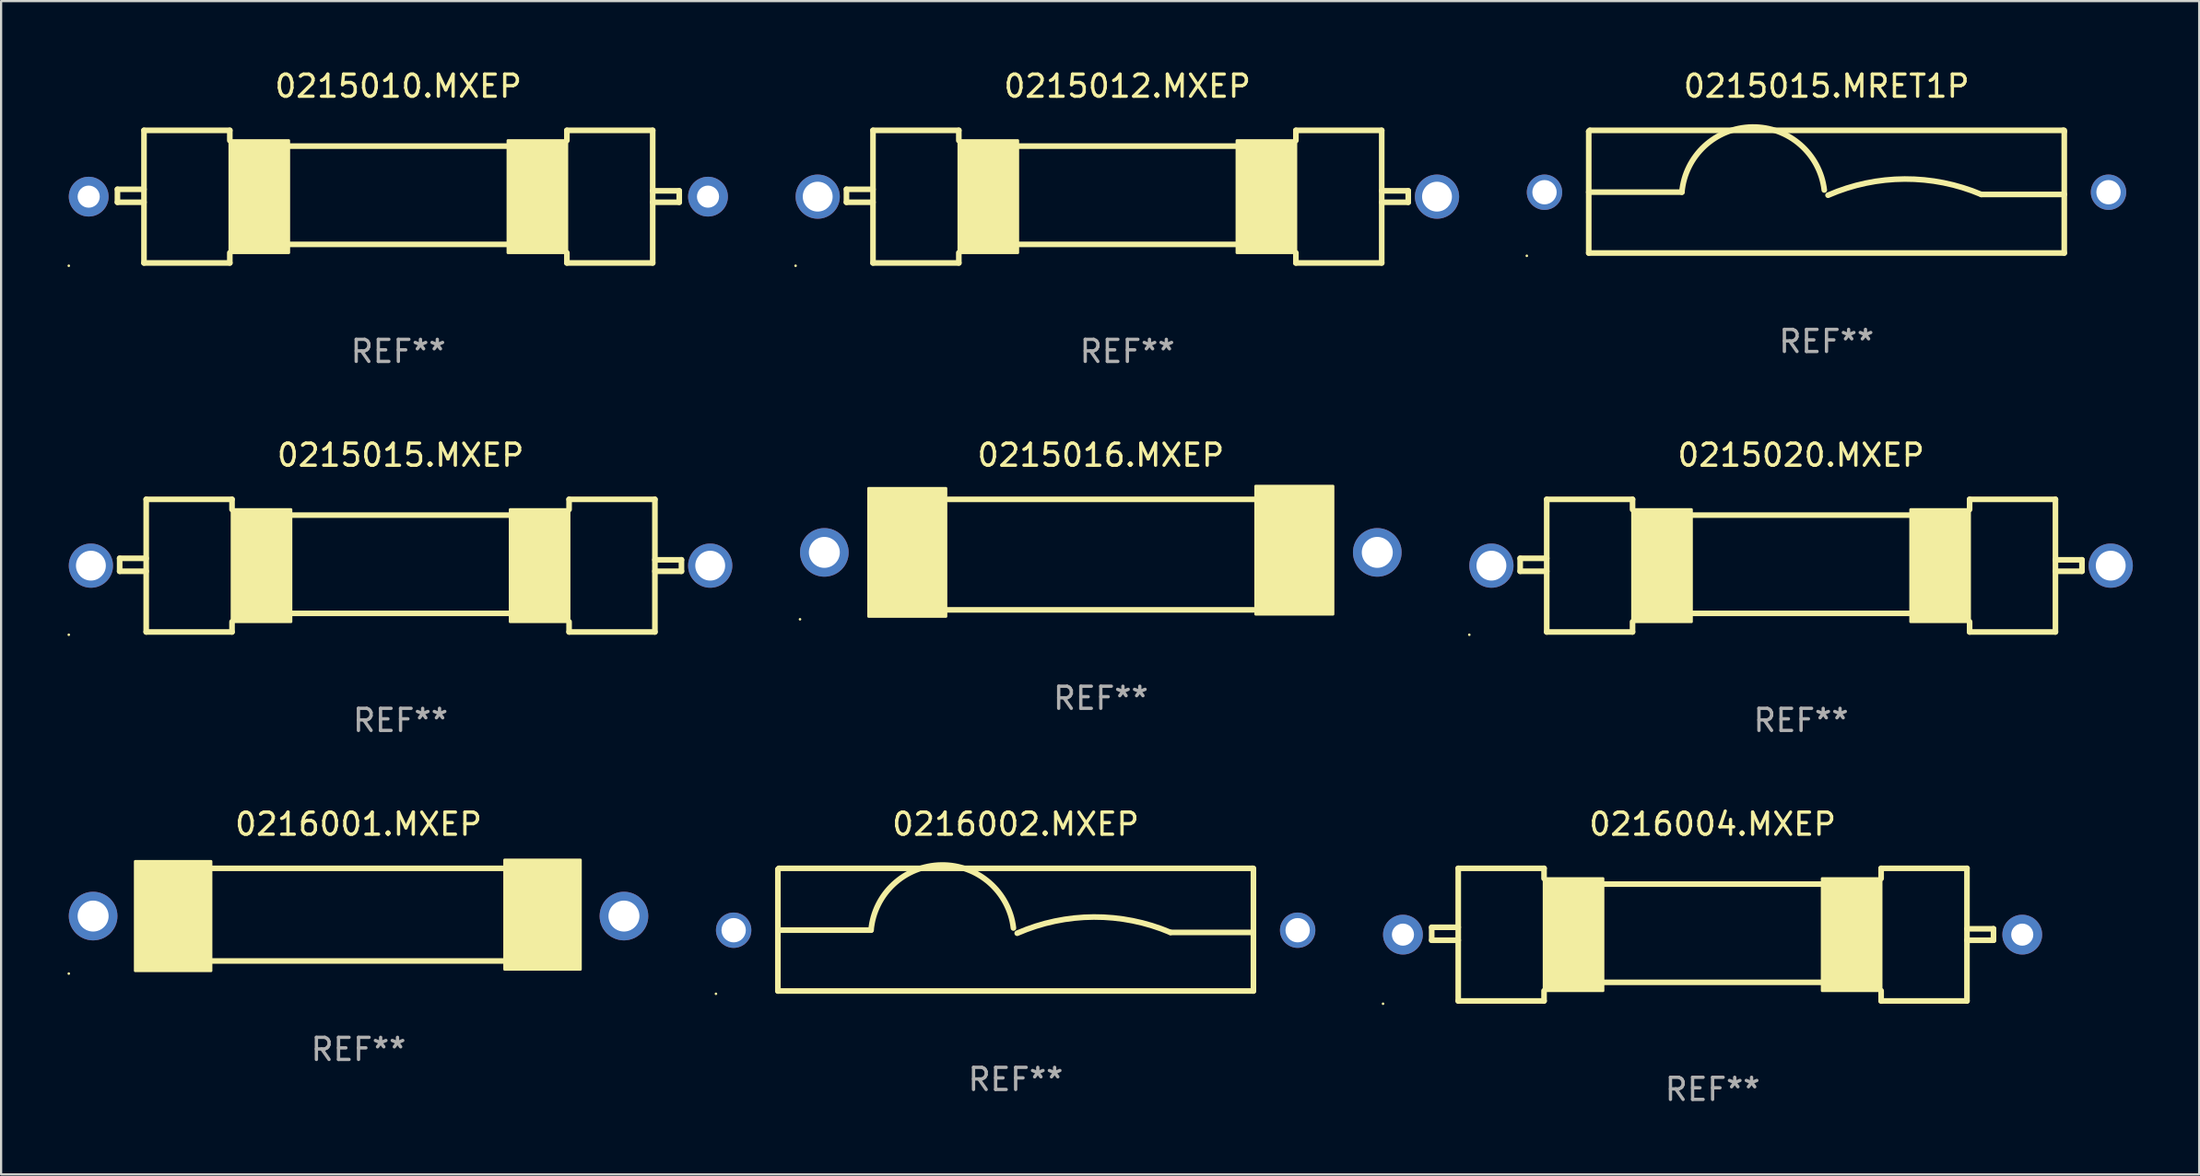
<source format=kicad_pcb>
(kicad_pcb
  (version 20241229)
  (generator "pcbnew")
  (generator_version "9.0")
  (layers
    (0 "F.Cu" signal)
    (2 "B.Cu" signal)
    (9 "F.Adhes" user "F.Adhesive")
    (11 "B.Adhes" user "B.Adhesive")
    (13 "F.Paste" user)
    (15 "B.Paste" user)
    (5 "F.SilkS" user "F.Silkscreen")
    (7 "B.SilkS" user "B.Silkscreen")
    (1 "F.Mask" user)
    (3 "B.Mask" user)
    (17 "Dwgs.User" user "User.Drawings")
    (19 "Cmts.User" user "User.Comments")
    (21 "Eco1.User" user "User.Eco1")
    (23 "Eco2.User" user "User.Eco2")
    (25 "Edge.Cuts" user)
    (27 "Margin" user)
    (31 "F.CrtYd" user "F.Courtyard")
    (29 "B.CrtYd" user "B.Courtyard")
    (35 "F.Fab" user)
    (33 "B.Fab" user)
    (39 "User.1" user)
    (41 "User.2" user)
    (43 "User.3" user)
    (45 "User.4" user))
  (footprint "0215012.MXEP"
    (layer "F.Cu")
    (at 47.92 5.848)
    (property "Reference" "0215012.MXEP" (at 0 -5 0) (layer "F.SilkS") (effects (font (size 1 1) (thickness 0.15))))
    (attr through_hole)
    (fp_line (start -12.7 -0.332) (end -12.7 0.254) (stroke (width 0.254) (type solid)) (layer "F.SilkS"))
    (fp_line (start -12.7 0.254) (end -11.5 0.254) (stroke (width 0.254) (type solid)) (layer "F.SilkS"))
    (fp_line (start -11.5 -3) (end -11.5 3) (stroke (width 0.254) (type solid)) (layer "F.SilkS"))
    (fp_line (start -11.5 -3) (end -7.62 -3) (stroke (width 0.254) (type solid)) (layer "F.SilkS"))
    (fp_line (start -11.5 -0.332) (end -12.7 -0.332) (stroke (width 0.254) (type solid)) (layer "F.SilkS"))
    (fp_line (start -7.62 -2.54) (end -7.62 -3) (stroke (width 0.254) (type solid)) (layer "F.SilkS"))
    (fp_line (start -7.62 2.54) (end -7.62 3) (stroke (width 0.254) (type solid)) (layer "F.SilkS"))
    (fp_line (start -7.62 3) (end -11.5 3) (stroke (width 0.254) (type solid)) (layer "F.SilkS"))
    (fp_line (start -4.953 -2.286) (end 4.953 -2.286) (stroke (width 0.254) (type solid)) (layer "F.SilkS"))
    (fp_line (start -4.953 2.159) (end 4.953 2.159) (stroke (width 0.254) (type solid)) (layer "F.SilkS"))
    (fp_line (start 7.62 -3) (end 11.5 -3) (stroke (width 0.254) (type solid)) (layer "F.SilkS"))
    (fp_line (start 7.62 -2.54) (end 7.62 -3) (stroke (width 0.254) (type solid)) (layer "F.SilkS"))
    (fp_line (start 7.62 2.54) (end 7.62 3) (stroke (width 0.254) (type solid)) (layer "F.SilkS"))
    (fp_line (start 7.62 3) (end 11.5 3) (stroke (width 0.254) (type solid)) (layer "F.SilkS"))
    (fp_line (start 11.5 -3) (end 11.5 3) (stroke (width 0.254) (type solid)) (layer "F.SilkS"))
    (fp_line (start 11.5 -0.264) (end 12.7 -0.264) (stroke (width 0.254) (type solid)) (layer "F.SilkS"))
    (fp_line (start 12.7 -0.264) (end 12.7 0.254) (stroke (width 0.254) (type solid)) (layer "F.SilkS"))
    (fp_line (start 12.7 0.254) (end 11.5 0.254) (stroke (width 0.254) (type solid)) (layer "F.SilkS"))
    (fp_circle (center -15 3.127) (end -14.97 3.127) (stroke (width 0.06) (type solid)) (fill no) (layer "F.SilkS"))
    (fp_poly (pts (xy -7.62 -2.54) (xy -4.953 -2.54) (xy -4.953 2.54) (xy -7.62 2.54)) (stroke (width 0.12) (type solid)) (fill yes) (layer "F.SilkS"))
    (fp_poly (pts (xy 4.953 -2.54) (xy 7.62 -2.54) (xy 7.62 2.54) (xy 4.953 2.54)) (stroke (width 0.12) (type solid)) (fill yes) (layer "F.SilkS"))
    (fp_text user "REF**" (at 0 7 0) (layer "F.Fab") (effects (font (size 1 1) (thickness 0.15))))
    (pad "1" thru_hole circle (at -14 0) (size 2 2) (drill 1.35) (layers "*.Cu" "*.Mask"))
    (pad "2" thru_hole circle (at 14 0) (size 2 2) (drill 1.35) (layers "*.Cu" "*.Mask")))
  (footprint "0216002.MXEP"
    (layer "F.Cu")
    (at 42.87 39.016)
    (property "Reference" "0216002.MXEP" (at 0 -4.775 0) (layer "F.SilkS") (effects (font (size 1 1) (thickness 0.15))))
    (attr through_hole)
    (fp_line (start -10.75 -2.725) (end -10.7 -2.775) (stroke (width 0.254) (type solid)) (layer "F.SilkS"))
    (fp_line (start -10.75 2.775) (end -10.75 -2.725) (stroke (width 0.254) (type solid)) (layer "F.SilkS"))
    (fp_line (start -10.75 2.775) (end 10.75 2.775) (stroke (width 0.254) (type solid)) (layer "F.SilkS"))
    (fp_line (start -10.7 -2.775) (end 10.7 -2.775) (stroke (width 0.254) (type solid)) (layer "F.SilkS"))
    (fp_line (start -6.538 0.021) (end -10.75 0.021) (stroke (width 0.254) (type solid)) (layer "F.SilkS"))
    (fp_line (start 7 0.125) (end 10.75 0.125) (stroke (width 0.254) (type solid)) (layer "F.SilkS"))
    (fp_line (start 10.7 -2.775) (end 10.75 -2.725) (stroke (width 0.254) (type solid)) (layer "F.SilkS"))
    (fp_line (start 10.75 2.775) (end 10.75 -2.775) (stroke (width 0.254) (type solid)) (layer "F.SilkS"))
    (fp_arc (start -6.538277 0.020573) (mid -3.362163 -2.925392) (end -0.1 -0.075006) (stroke (width 0.254001) (type solid)) (layer "F.SilkS"))
    (fp_arc (start 0.069571 0.160528) (mid 3.531132 -0.572293) (end 7.000025 0.124994) (stroke (width 0.254001) (type solid)) (layer "F.SilkS"))
    (fp_circle (center -13.55 2.902) (end -13.52 2.902) (stroke (width 0.06) (type solid)) (fill no) (layer "F.SilkS"))
    (fp_text user "REF**" (at 0 6.775 0) (layer "F.Fab") (effects (font (size 1 1) (thickness 0.15))))
    (pad "1" thru_hole circle (at -12.75 0.025) (size 1.6 1.6) (drill 1.1) (layers "*.Cu" "*.Mask"))
    (pad "2" thru_hole circle (at 12.75 0.025) (size 1.6 1.6) (drill 1.1) (layers "*.Cu" "*.Mask")))
  (footprint "0215016.MXEP"
    (layer "F.Cu")
    (at 46.72 22.045)
    (property "Reference" "0215016.MXEP" (at 0 -4.5 0) (layer "F.SilkS") (effects (font (size 1 1) (thickness 0.15))))
    (attr through_hole)
    (fp_line (start -7 2.5) (end 6.9 2.5) (stroke (width 0.254) (type solid)) (layer "F.SilkS"))
    (fp_line (start -6.9 -2.5) (end 7 -2.5) (stroke (width 0.254) (type solid)) (layer "F.SilkS"))
    (fp_circle (center -13.6 2.927) (end -13.57 2.927) (stroke (width 0.06) (type solid)) (fill no) (layer "F.SilkS"))
    (fp_poly (pts (xy -10.5 -3) (xy -7 -3) (xy -7 2.8) (xy -10.5 2.8)) (stroke (width 0.12) (type solid)) (fill yes) (layer "F.SilkS"))
    (fp_poly (pts (xy 7 -3.1) (xy 10.5 -3.1) (xy 10.5 2.7) (xy 7 2.7)) (stroke (width 0.12) (type solid)) (fill yes) (layer "F.SilkS"))
    (fp_text user "REF**" (at 0 6.5 0) (layer "F.Fab") (effects (font (size 1 1) (thickness 0.15))))
    (pad "1" thru_hole circle (at -12.5 -0.1) (size 2.2 2.2) (drill 1.4) (layers "*.Cu" "*.Mask"))
    (pad "2" thru_hole circle (at 12.5 -0.1) (size 2.2 2.2) (drill 1.4) (layers "*.Cu" "*.Mask")))
  (footprint "0215015.MXEP"
    (layer "F.Cu")
    (at 15.06 22.545)
    (property "Reference" "0215015.MXEP" (at 0 -5 0) (layer "F.SilkS") (effects (font (size 1 1) (thickness 0.15))))
    (attr through_hole)
    (fp_line (start -12.7 -0.332) (end -12.7 0.254) (stroke (width 0.254) (type solid)) (layer "F.SilkS"))
    (fp_line (start -12.7 0.254) (end -11.5 0.254) (stroke (width 0.254) (type solid)) (layer "F.SilkS"))
    (fp_line (start -11.5 -3) (end -11.5 3) (stroke (width 0.254) (type solid)) (layer "F.SilkS"))
    (fp_line (start -11.5 -3) (end -7.62 -3) (stroke (width 0.254) (type solid)) (layer "F.SilkS"))
    (fp_line (start -11.5 -0.332) (end -12.7 -0.332) (stroke (width 0.254) (type solid)) (layer "F.SilkS"))
    (fp_line (start -7.62 -2.54) (end -7.62 -3) (stroke (width 0.254) (type solid)) (layer "F.SilkS"))
    (fp_line (start -7.62 2.54) (end -7.62 3) (stroke (width 0.254) (type solid)) (layer "F.SilkS"))
    (fp_line (start -7.62 3) (end -11.5 3) (stroke (width 0.254) (type solid)) (layer "F.SilkS"))
    (fp_line (start -4.953 -2.286) (end 4.953 -2.286) (stroke (width 0.254) (type solid)) (layer "F.SilkS"))
    (fp_line (start -4.953 2.159) (end 4.953 2.159) (stroke (width 0.254) (type solid)) (layer "F.SilkS"))
    (fp_line (start 7.62 -3) (end 11.5 -3) (stroke (width 0.254) (type solid)) (layer "F.SilkS"))
    (fp_line (start 7.62 -2.54) (end 7.62 -3) (stroke (width 0.254) (type solid)) (layer "F.SilkS"))
    (fp_line (start 7.62 2.54) (end 7.62 3) (stroke (width 0.254) (type solid)) (layer "F.SilkS"))
    (fp_line (start 7.62 3) (end 11.5 3) (stroke (width 0.254) (type solid)) (layer "F.SilkS"))
    (fp_line (start 11.5 -3) (end 11.5 3) (stroke (width 0.254) (type solid)) (layer "F.SilkS"))
    (fp_line (start 11.5 -0.264) (end 12.7 -0.264) (stroke (width 0.254) (type solid)) (layer "F.SilkS"))
    (fp_line (start 12.7 -0.264) (end 12.7 0.254) (stroke (width 0.254) (type solid)) (layer "F.SilkS"))
    (fp_line (start 12.7 0.254) (end 11.5 0.254) (stroke (width 0.254) (type solid)) (layer "F.SilkS"))
    (fp_circle (center -15 3.127) (end -14.97 3.127) (stroke (width 0.06) (type solid)) (fill no) (layer "F.SilkS"))
    (fp_poly (pts (xy -7.62 -2.54) (xy -4.953 -2.54) (xy -4.953 2.54) (xy -7.62 2.54)) (stroke (width 0.12) (type solid)) (fill yes) (layer "F.SilkS"))
    (fp_poly (pts (xy 4.953 -2.54) (xy 7.62 -2.54) (xy 7.62 2.54) (xy 4.953 2.54)) (stroke (width 0.12) (type solid)) (fill yes) (layer "F.SilkS"))
    (fp_text user "REF**" (at 0 7 0) (layer "F.Fab") (effects (font (size 1 1) (thickness 0.15))))
    (pad "1" thru_hole circle (at -14 0) (size 2 2) (drill 1.35) (layers "*.Cu" "*.Mask"))
    (pad "2" thru_hole circle (at 14 0) (size 2 2) (drill 1.35) (layers "*.Cu" "*.Mask")))
  (footprint "0215020.MXEP"
    (layer "F.Cu")
    (at 78.38 22.545)
    (property "Reference" "0215020.MXEP" (at 0 -5 0) (layer "F.SilkS") (effects (font (size 1 1) (thickness 0.15))))
    (attr through_hole)
    (fp_line (start -12.7 -0.332) (end -12.7 0.254) (stroke (width 0.254) (type solid)) (layer "F.SilkS"))
    (fp_line (start -12.7 0.254) (end -11.5 0.254) (stroke (width 0.254) (type solid)) (layer "F.SilkS"))
    (fp_line (start -11.5 -3) (end -11.5 3) (stroke (width 0.254) (type solid)) (layer "F.SilkS"))
    (fp_line (start -11.5 -3) (end -7.62 -3) (stroke (width 0.254) (type solid)) (layer "F.SilkS"))
    (fp_line (start -11.5 -0.332) (end -12.7 -0.332) (stroke (width 0.254) (type solid)) (layer "F.SilkS"))
    (fp_line (start -7.62 -2.54) (end -7.62 -3) (stroke (width 0.254) (type solid)) (layer "F.SilkS"))
    (fp_line (start -7.62 2.54) (end -7.62 3) (stroke (width 0.254) (type solid)) (layer "F.SilkS"))
    (fp_line (start -7.62 3) (end -11.5 3) (stroke (width 0.254) (type solid)) (layer "F.SilkS"))
    (fp_line (start -4.953 -2.286) (end 4.953 -2.286) (stroke (width 0.254) (type solid)) (layer "F.SilkS"))
    (fp_line (start -4.953 2.159) (end 4.953 2.159) (stroke (width 0.254) (type solid)) (layer "F.SilkS"))
    (fp_line (start 7.62 -3) (end 11.5 -3) (stroke (width 0.254) (type solid)) (layer "F.SilkS"))
    (fp_line (start 7.62 -2.54) (end 7.62 -3) (stroke (width 0.254) (type solid)) (layer "F.SilkS"))
    (fp_line (start 7.62 2.54) (end 7.62 3) (stroke (width 0.254) (type solid)) (layer "F.SilkS"))
    (fp_line (start 7.62 3) (end 11.5 3) (stroke (width 0.254) (type solid)) (layer "F.SilkS"))
    (fp_line (start 11.5 -3) (end 11.5 3) (stroke (width 0.254) (type solid)) (layer "F.SilkS"))
    (fp_line (start 11.5 -0.264) (end 12.7 -0.264) (stroke (width 0.254) (type solid)) (layer "F.SilkS"))
    (fp_line (start 12.7 -0.264) (end 12.7 0.254) (stroke (width 0.254) (type solid)) (layer "F.SilkS"))
    (fp_line (start 12.7 0.254) (end 11.5 0.254) (stroke (width 0.254) (type solid)) (layer "F.SilkS"))
    (fp_circle (center -15 3.127) (end -14.97 3.127) (stroke (width 0.06) (type solid)) (fill no) (layer "F.SilkS"))
    (fp_poly (pts (xy -7.62 -2.54) (xy -4.953 -2.54) (xy -4.953 2.54) (xy -7.62 2.54)) (stroke (width 0.12) (type solid)) (fill yes) (layer "F.SilkS"))
    (fp_poly (pts (xy 4.953 -2.54) (xy 7.62 -2.54) (xy 7.62 2.54) (xy 4.953 2.54)) (stroke (width 0.12) (type solid)) (fill yes) (layer "F.SilkS"))
    (fp_text user "REF**" (at 0 7 0) (layer "F.Fab") (effects (font (size 1 1) (thickness 0.15))))
    (pad "1" thru_hole circle (at -14 0) (size 2 2) (drill 1.35) (layers "*.Cu" "*.Mask"))
    (pad "2" thru_hole circle (at 14 0) (size 2 2) (drill 1.35) (layers "*.Cu" "*.Mask")))
  (footprint "0216004.MXEP"
    (layer "F.Cu")
    (at 74.38 39.241)
    (property "Reference" "0216004.MXEP" (at 0 -5 0) (layer "F.SilkS") (effects (font (size 1 1) (thickness 0.15))))
    (attr through_hole)
    (fp_line (start -12.7 -0.332) (end -12.7 0.254) (stroke (width 0.254) (type solid)) (layer "F.SilkS"))
    (fp_line (start -12.7 0.254) (end -11.5 0.254) (stroke (width 0.254) (type solid)) (layer "F.SilkS"))
    (fp_line (start -11.5 -3) (end -11.5 3) (stroke (width 0.254) (type solid)) (layer "F.SilkS"))
    (fp_line (start -11.5 -3) (end -7.62 -3) (stroke (width 0.254) (type solid)) (layer "F.SilkS"))
    (fp_line (start -11.5 -0.332) (end -12.7 -0.332) (stroke (width 0.254) (type solid)) (layer "F.SilkS"))
    (fp_line (start -7.62 -2.54) (end -7.62 -3) (stroke (width 0.254) (type solid)) (layer "F.SilkS"))
    (fp_line (start -7.62 2.54) (end -7.62 3) (stroke (width 0.254) (type solid)) (layer "F.SilkS"))
    (fp_line (start -7.62 3) (end -11.5 3) (stroke (width 0.254) (type solid)) (layer "F.SilkS"))
    (fp_line (start -4.953 -2.286) (end 4.953 -2.286) (stroke (width 0.254) (type solid)) (layer "F.SilkS"))
    (fp_line (start -4.953 2.159) (end 4.953 2.159) (stroke (width 0.254) (type solid)) (layer "F.SilkS"))
    (fp_line (start 7.62 -3) (end 11.5 -3) (stroke (width 0.254) (type solid)) (layer "F.SilkS"))
    (fp_line (start 7.62 -2.54) (end 7.62 -3) (stroke (width 0.254) (type solid)) (layer "F.SilkS"))
    (fp_line (start 7.62 2.54) (end 7.62 3) (stroke (width 0.254) (type solid)) (layer "F.SilkS"))
    (fp_line (start 7.62 3) (end 11.5 3) (stroke (width 0.254) (type solid)) (layer "F.SilkS"))
    (fp_line (start 11.5 -3) (end 11.5 3) (stroke (width 0.254) (type solid)) (layer "F.SilkS"))
    (fp_line (start 11.5 -0.264) (end 12.7 -0.264) (stroke (width 0.254) (type solid)) (layer "F.SilkS"))
    (fp_line (start 12.7 -0.264) (end 12.7 0.254) (stroke (width 0.254) (type solid)) (layer "F.SilkS"))
    (fp_line (start 12.7 0.254) (end 11.5 0.254) (stroke (width 0.254) (type solid)) (layer "F.SilkS"))
    (fp_circle (center -14.9 3.127) (end -14.87 3.127) (stroke (width 0.06) (type solid)) (fill no) (layer "F.SilkS"))
    (fp_poly (pts (xy -7.62 -2.54) (xy -4.953 -2.54) (xy -4.953 2.54) (xy -7.62 2.54)) (stroke (width 0.12) (type solid)) (fill yes) (layer "F.SilkS"))
    (fp_poly (pts (xy 4.953 -2.54) (xy 7.62 -2.54) (xy 7.62 2.54) (xy 4.953 2.54)) (stroke (width 0.12) (type solid)) (fill yes) (layer "F.SilkS"))
    (fp_text user "REF**" (at 0 7 0) (layer "F.Fab") (effects (font (size 1 1) (thickness 0.15))))
    (pad "1" thru_hole circle (at -14 0) (size 1.8 1.8) (drill 1) (layers "*.Cu" "*.Mask"))
    (pad "2" thru_hole circle (at 14 0) (size 1.8 1.8) (drill 1) (layers "*.Cu" "*.Mask")))
  (footprint "0215015.MRET1P"
    (layer "F.Cu")
    (at 79.53 5.623)
    (property "Reference" "0215015.MRET1P" (at 0 -4.775 0) (layer "F.SilkS") (effects (font (size 1 1) (thickness 0.15))))
    (attr through_hole)
    (fp_line (start -10.75 -2.725) (end -10.7 -2.775) (stroke (width 0.254) (type solid)) (layer "F.SilkS"))
    (fp_line (start -10.75 2.775) (end -10.75 -2.725) (stroke (width 0.254) (type solid)) (layer "F.SilkS"))
    (fp_line (start -10.75 2.775) (end 10.75 2.775) (stroke (width 0.254) (type solid)) (layer "F.SilkS"))
    (fp_line (start -10.7 -2.775) (end 10.7 -2.775) (stroke (width 0.254) (type solid)) (layer "F.SilkS"))
    (fp_line (start -6.538 0.021) (end -10.75 0.021) (stroke (width 0.254) (type solid)) (layer "F.SilkS"))
    (fp_line (start 7 0.125) (end 10.75 0.125) (stroke (width 0.254) (type solid)) (layer "F.SilkS"))
    (fp_line (start 10.7 -2.775) (end 10.75 -2.725) (stroke (width 0.254) (type solid)) (layer "F.SilkS"))
    (fp_line (start 10.75 2.775) (end 10.75 -2.775) (stroke (width 0.254) (type solid)) (layer "F.SilkS"))
    (fp_arc (start -6.538277 0.020573) (mid -3.362163 -2.925392) (end -0.1 -0.075006) (stroke (width 0.254001) (type solid)) (layer "F.SilkS"))
    (fp_arc (start 0.069571 0.160528) (mid 3.531132 -0.572293) (end 7.000025 0.124994) (stroke (width 0.254001) (type solid)) (layer "F.SilkS"))
    (fp_circle (center -13.55 2.902) (end -13.52 2.902) (stroke (width 0.06) (type solid)) (fill no) (layer "F.SilkS"))
    (fp_text user "REF**" (at 0 6.775 0) (layer "F.Fab") (effects (font (size 1 1) (thickness 0.15))))
    (pad "1" thru_hole circle (at -12.75 0.025) (size 1.6 1.6) (drill 1.1) (layers "*.Cu" "*.Mask"))
    (pad "2" thru_hole circle (at 12.75 0.025) (size 1.6 1.6) (drill 1.1) (layers "*.Cu" "*.Mask")))
  (footprint "0216001.MXEP"
    (layer "F.Cu")
    (at 13.16 38.337)
    (property "Reference" "0216001.MXEP" (at 0 -4.096 0) (layer "F.SilkS") (effects (font (size 1 1) (thickness 0.15))))
    (attr through_hole)
    (fp_line (start -6.604 -2.096) (end 6.604 -2.096) (stroke (width 0.254) (type solid)) (layer "F.SilkS"))
    (fp_line (start -6.604 2.096) (end 6.604 2.096) (stroke (width 0.254) (type solid)) (layer "F.SilkS"))
    (fp_circle (center -13.1 2.667) (end -13.07 2.667) (stroke (width 0.06) (type solid)) (fill no) (layer "F.SilkS"))
    (fp_poly (pts (xy -10.097 -2.413) (xy -6.668 -2.413) (xy -6.668 2.54) (xy -10.097 2.54)) (stroke (width 0.12) (type solid)) (fill yes) (layer "F.SilkS"))
    (fp_poly (pts (xy 6.604 -2.477) (xy 10.033 -2.477) (xy 10.033 2.477) (xy 6.604 2.477)) (stroke (width 0.12) (type solid)) (fill yes) (layer "F.SilkS"))
    (fp_text user "REF**" (at 0 6.096 0) (layer "F.Fab") (effects (font (size 1 1) (thickness 0.15))))
    (pad "1" thru_hole circle (at -12 0.064) (size 2.2 2.2) (drill 1.4) (layers "*.Cu" "*.Mask"))
    (pad "2" thru_hole circle (at 12 0.064) (size 2.2 2.2) (drill 1.4) (layers "*.Cu" "*.Mask")))
  (footprint "0215010.MXEP"
    (layer "F.Cu")
    (at 14.96 5.848)
    (property "Reference" "0215010.MXEP" (at 0 -5 0) (layer "F.SilkS") (effects (font (size 1 1) (thickness 0.15))))
    (attr through_hole)
    (fp_line (start -12.7 -0.332) (end -12.7 0.254) (stroke (width 0.254) (type solid)) (layer "F.SilkS"))
    (fp_line (start -12.7 0.254) (end -11.5 0.254) (stroke (width 0.254) (type solid)) (layer "F.SilkS"))
    (fp_line (start -11.5 -3) (end -11.5 3) (stroke (width 0.254) (type solid)) (layer "F.SilkS"))
    (fp_line (start -11.5 -3) (end -7.62 -3) (stroke (width 0.254) (type solid)) (layer "F.SilkS"))
    (fp_line (start -11.5 -0.332) (end -12.7 -0.332) (stroke (width 0.254) (type solid)) (layer "F.SilkS"))
    (fp_line (start -7.62 -2.54) (end -7.62 -3) (stroke (width 0.254) (type solid)) (layer "F.SilkS"))
    (fp_line (start -7.62 2.54) (end -7.62 3) (stroke (width 0.254) (type solid)) (layer "F.SilkS"))
    (fp_line (start -7.62 3) (end -11.5 3) (stroke (width 0.254) (type solid)) (layer "F.SilkS"))
    (fp_line (start -4.953 -2.286) (end 4.953 -2.286) (stroke (width 0.254) (type solid)) (layer "F.SilkS"))
    (fp_line (start -4.953 2.159) (end 4.953 2.159) (stroke (width 0.254) (type solid)) (layer "F.SilkS"))
    (fp_line (start 7.62 -3) (end 11.5 -3) (stroke (width 0.254) (type solid)) (layer "F.SilkS"))
    (fp_line (start 7.62 -2.54) (end 7.62 -3) (stroke (width 0.254) (type solid)) (layer "F.SilkS"))
    (fp_line (start 7.62 2.54) (end 7.62 3) (stroke (width 0.254) (type solid)) (layer "F.SilkS"))
    (fp_line (start 7.62 3) (end 11.5 3) (stroke (width 0.254) (type solid)) (layer "F.SilkS"))
    (fp_line (start 11.5 -3) (end 11.5 3) (stroke (width 0.254) (type solid)) (layer "F.SilkS"))
    (fp_line (start 11.5 -0.264) (end 12.7 -0.264) (stroke (width 0.254) (type solid)) (layer "F.SilkS"))
    (fp_line (start 12.7 -0.264) (end 12.7 0.254) (stroke (width 0.254) (type solid)) (layer "F.SilkS"))
    (fp_line (start 12.7 0.254) (end 11.5 0.254) (stroke (width 0.254) (type solid)) (layer "F.SilkS"))
    (fp_circle (center -14.9 3.127) (end -14.87 3.127) (stroke (width 0.06) (type solid)) (fill no) (layer "F.SilkS"))
    (fp_poly (pts (xy -7.62 -2.54) (xy -4.953 -2.54) (xy -4.953 2.54) (xy -7.62 2.54)) (stroke (width 0.12) (type solid)) (fill yes) (layer "F.SilkS"))
    (fp_poly (pts (xy 4.953 -2.54) (xy 7.62 -2.54) (xy 7.62 2.54) (xy 4.953 2.54)) (stroke (width 0.12) (type solid)) (fill yes) (layer "F.SilkS"))
    (fp_text user "REF**" (at 0 7 0) (layer "F.Fab") (effects (font (size 1 1) (thickness 0.15))))
    (pad "1" thru_hole circle (at -14 0) (size 1.8 1.8) (drill 1) (layers "*.Cu" "*.Mask"))
    (pad "2" thru_hole circle (at 14 0) (size 1.8 1.8) (drill 1) (layers "*.Cu" "*.Mask")))
  (gr_rect
    (start -3 -3)
    (end 96.38 50.09)
    (stroke (width 0.1) (type default))
    (fill no)
    (layer "Edge.Cuts")))
</source>
